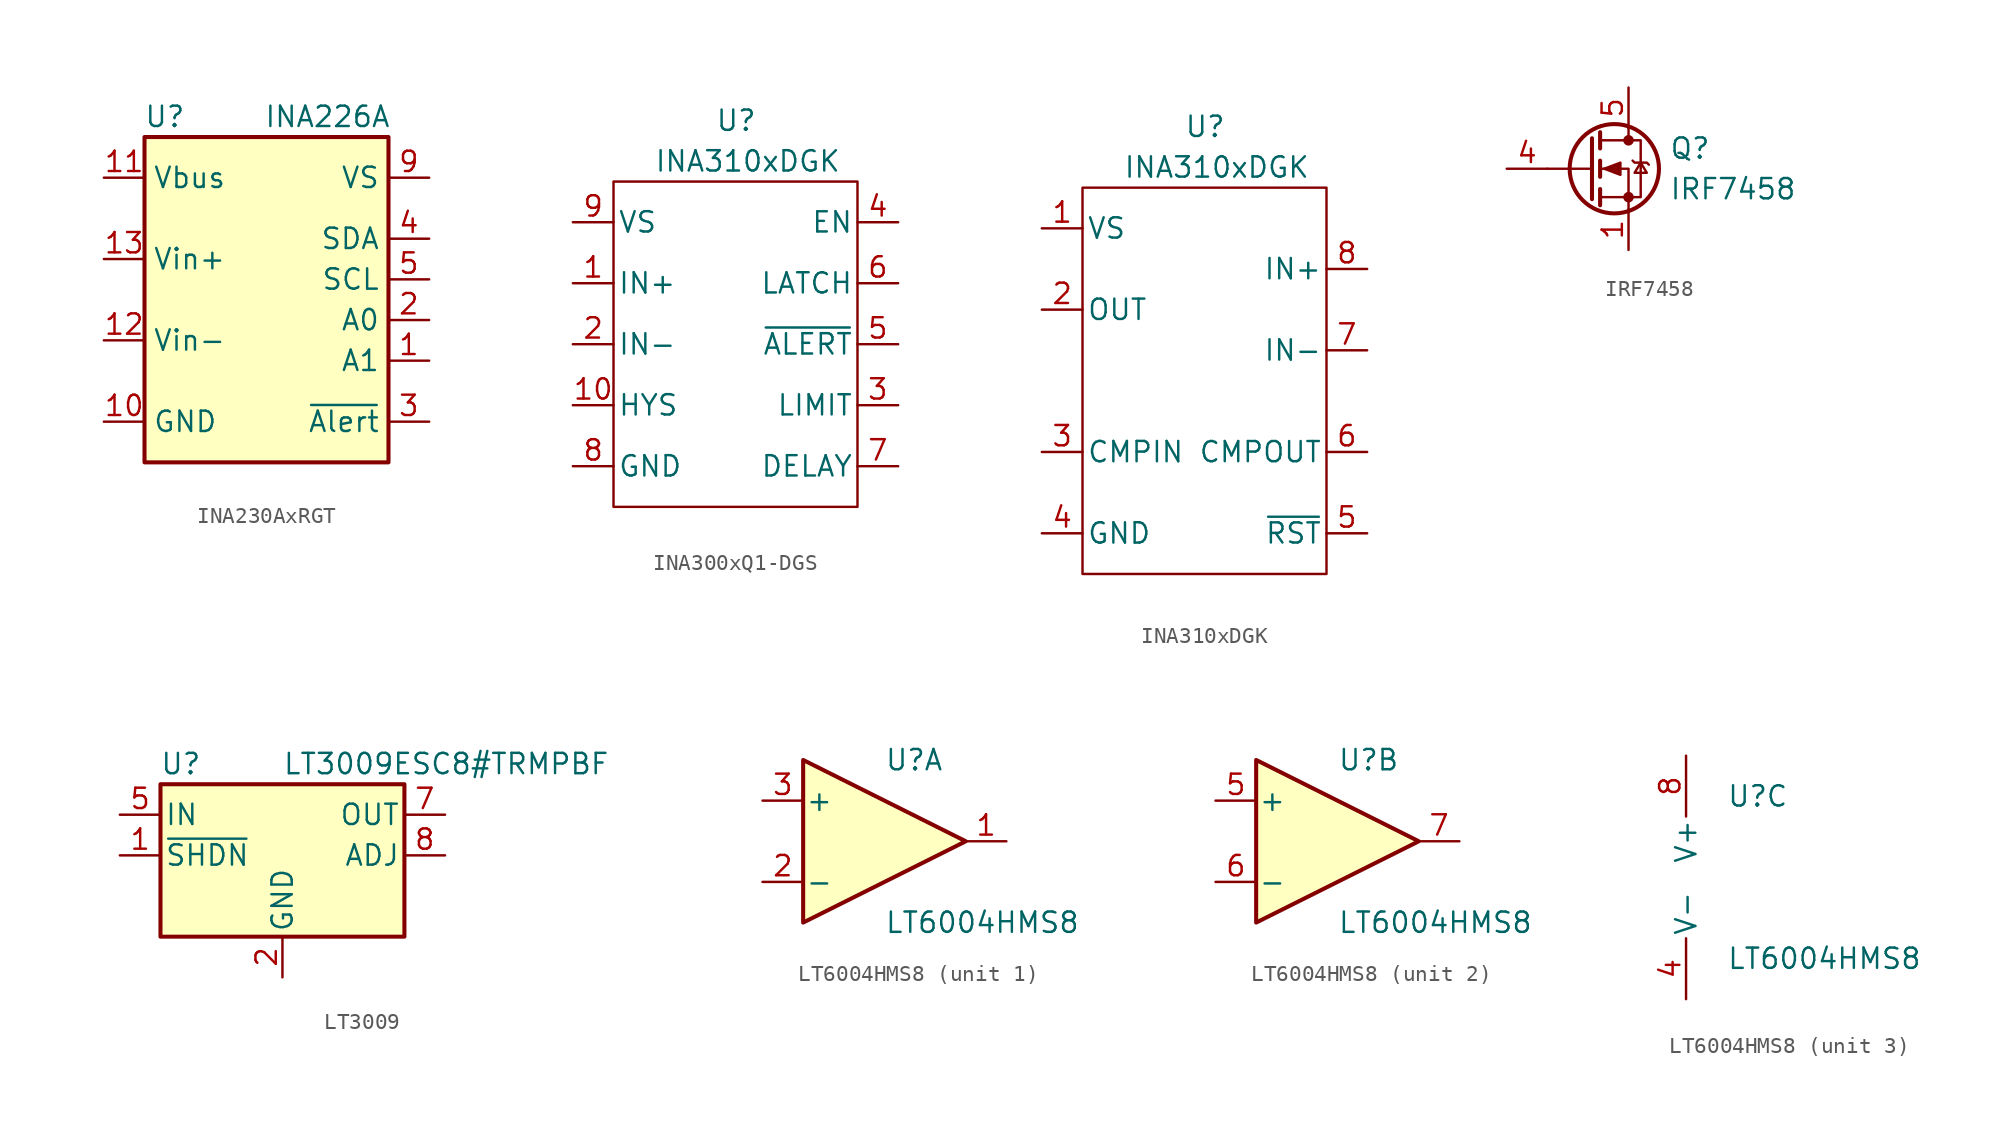
<source format=kicad_sym>
(kicad_symbol_lib
  (version 20220914)
  (generator kicad_symbol_editor)
  (symbol "INA230AxRGT"
    (property "Reference" "U"
      (at 1.27 1.27 0)
      (effects (font (size 1.27 1.27))))
    (property "Value" "INA226A"
      (at 11.43 1.27 0)
      (effects (font (size 1.27 1.27))))
    (symbol "INA230AxRGT_0_1"
      (rectangle (start 0 0) (end 15.24 -20.32) (stroke (width 0.254) (type default)) (fill (type background))))
    (symbol "INA230AxRGT_1_1"
      (pin input line (at 17.78 -13.97 180) (length 2.54) (name "A1" (effects (font (size 1.27 1.27)))) (number "1" (effects (font (size 1.27 1.27)))))
      (pin power_in line (at -2.54 -17.78 0) (length 2.54) (name "GND" (effects (font (size 1.27 1.27)))) (number "10" (effects (font (size 1.27 1.27)))))
      (pin input line (at -2.54 -2.54 0) (length 2.54) (name "Vbus" (effects (font (size 1.27 1.27)))) (number "11" (effects (font (size 1.27 1.27)))))
      (pin input line (at -2.54 -12.7 0) (length 2.54) (name "Vin-" (effects (font (size 1.27 1.27)))) (number "12" (effects (font (size 1.27 1.27)))))
      (pin input line (at -2.54 -7.62 0) (length 2.54) (name "Vin+" (effects (font (size 1.27 1.27)))) (number "13" (effects (font (size 1.27 1.27)))))
      (pin power_in line (at -2.54 -17.78 0) (length 2.54) hide (name "EP" (effects (font (size 1.27 1.27)))) (number "17" (effects (font (size 1.27 1.27)))))
      (pin input line (at 17.78 -11.43 180) (length 2.54) (name "A0" (effects (font (size 1.27 1.27)))) (number "2" (effects (font (size 1.27 1.27)))))
      (pin open_collector line (at 17.78 -17.78 180) (length 2.54) (name "~{Alert}" (effects (font (size 1.27 1.27)))) (number "3" (effects (font (size 1.27 1.27)))))
      (pin bidirectional line (at 17.78 -6.35 180) (length 2.54) (name "SDA" (effects (font (size 1.27 1.27)))) (number "4" (effects (font (size 1.27 1.27)))))
      (pin input line (at 17.78 -8.89 180) (length 2.54) (name "SCL" (effects (font (size 1.27 1.27)))) (number "5" (effects (font (size 1.27 1.27)))))
      (pin power_in line (at 17.78 -2.54 180) (length 2.54) (name "VS" (effects (font (size 1.27 1.27)))) (number "9" (effects (font (size 1.27 1.27)))))))
  (symbol "INA300xQ1-DGS"
    (pin_names
      (offset 0.254))
    (property "Reference" "U"
      (at -1.27 3.81 0)
      (effects (font (size 1.27 1.27)) (justify left)))
    (property "Value" "INA310xDGK"
      (at -5.08 1.27 0)
      (effects (font (size 1.27 1.27)) (justify left)))
    (symbol "INA300xQ1-DGS_0_1"
      (rectangle (start -7.62 0) (end 7.62 -20.32) (stroke (width 0) (type default)) (fill (type none))))
    (symbol "INA300xQ1-DGS_1_1"
      (pin input line (at -10.16 -6.35 0) (length 2.54) (name "IN+" (effects (font (size 1.27 1.27)))) (number "1" (effects (font (size 1.27 1.27)))))
      (pin output line (at -10.16 -13.97 0) (length 2.54) (name "HYS" (effects (font (size 1.27 1.27)))) (number "10" (effects (font (size 1.27 1.27)))))
      (pin input line (at -10.16 -10.16 0) (length 2.54) (name "IN-" (effects (font (size 1.27 1.27)))) (number "2" (effects (font (size 1.27 1.27)))))
      (pin input line (at 10.16 -13.97 180) (length 2.54) (name "LIMIT" (effects (font (size 1.26 1.26)))) (number "3" (effects (font (size 1.27 1.27)))))
      (pin input line (at 10.16 -2.54 180) (length 2.54) (name "EN" (effects (font (size 1.26 1.26)))) (number "4" (effects (font (size 1.27 1.27)))))
      (pin output line (at 10.16 -10.16 180) (length 2.54) (name "~{ALERT}" (effects (font (size 1.27 1.27)))) (number "5" (effects (font (size 1.27 1.27)))))
      (pin input line (at 10.16 -6.35 180) (length 2.54) (name "LATCH" (effects (font (size 1.26 1.26)))) (number "6" (effects (font (size 1.27 1.27)))))
      (pin output line (at 10.16 -17.78 180) (length 2.54) (name "DELAY" (effects (font (size 1.27 1.27)))) (number "7" (effects (font (size 1.27 1.27)))))
      (pin input line (at -10.16 -17.78 0) (length 2.54) (name "GND" (effects (font (size 1.27 1.27)))) (number "8" (effects (font (size 1.27 1.27)))))
      (pin input line (at -10.16 -2.54 0) (length 2.54) (name "VS" (effects (font (size 1.27 1.27)))) (number "9" (effects (font (size 1.27 1.27)))))))
  (symbol "INA310xDGK"
    (pin_names
      (offset 0.254))
    (property "Reference" "U"
      (at -1.27 3.81 0)
      (effects (font (size 1.27 1.27)) (justify left)))
    (property "Value" "INA310xDGK"
      (at -5.08 1.27 0)
      (effects (font (size 1.27 1.27)) (justify left)))
    (symbol "INA310xDGK_0_1"
      (rectangle (start -7.62 0) (end 7.62 -24.13) (stroke (width 0) (type default)) (fill (type none))))
    (symbol "INA310xDGK_1_1"
      (pin input line (at -10.16 -2.54 0) (length 2.54) (name "VS" (effects (font (size 1.27 1.27)))) (number "1" (effects (font (size 1.27 1.27)))))
      (pin output line (at -10.16 -7.62 0) (length 2.54) (name "OUT" (effects (font (size 1.27 1.27)))) (number "2" (effects (font (size 1.27 1.27)))))
      (pin output line (at -10.16 -16.51 0) (length 2.54) (name "CMPIN" (effects (font (size 1.27 1.27)))) (number "3" (effects (font (size 1.27 1.27)))))
      (pin input line (at -10.16 -21.59 0) (length 2.54) (name "GND" (effects (font (size 1.27 1.27)))) (number "4" (effects (font (size 1.27 1.27)))))
      (pin input line (at 10.16 -21.59 180) (length 2.54) (name "~{RST}" (effects (font (size 1.26 1.26)))) (number "5" (effects (font (size 1.27 1.27)))))
      (pin input line (at 10.16 -16.51 180) (length 2.54) (name "CMPOUT" (effects (font (size 1.26 1.26)))) (number "6" (effects (font (size 1.27 1.27)))))
      (pin input line (at 10.16 -10.16 180) (length 2.54) (name "IN-" (effects (font (size 1.27 1.27)))) (number "7" (effects (font (size 1.27 1.27)))))
      (pin input line (at 10.16 -5.08 180) (length 2.54) (name "IN+" (effects (font (size 1.27 1.27)))) (number "8" (effects (font (size 1.27 1.27)))))))
  (symbol "IRF7458"
    (pin_names
      (offset 0) hide)
    (property "Reference" "Q"
      (at 5.08 1.27 0)
      (effects (font (size 1.27 1.27)) (justify left)))
    (property "Value" "IRF7458"
      (at 5.08 -1.27 0)
      (effects (font (size 1.27 1.27)) (justify left)))
    (symbol "IRF7458_0_1"
      (polyline (pts (xy 0.254 0) (xy -2.54 0)) (stroke (width 0) (type default)) (fill (type none)))
      (polyline (pts (xy 0.254 1.905) (xy 0.254 -1.905)) (stroke (width 0.254) (type default)) (fill (type none)))
      (polyline (pts (xy 0.762 -1.27) (xy 0.762 -2.286)) (stroke (width 0.254) (type default)) (fill (type none)))
      (polyline (pts (xy 0.762 0.508) (xy 0.762 -0.508)) (stroke (width 0.254) (type default)) (fill (type none)))
      (polyline (pts (xy 0.762 2.286) (xy 0.762 1.27)) (stroke (width 0.254) (type default)) (fill (type none)))
      (polyline (pts (xy 2.54 2.54) (xy 2.54 1.778)) (stroke (width 0) (type default)) (fill (type none)))
      (polyline (pts (xy 2.54 -2.54) (xy 2.54 0) (xy 0.762 0)) (stroke (width 0) (type default)) (fill (type none)))
      (polyline (pts (xy 0.762 -1.778) (xy 3.302 -1.778) (xy 3.302 1.778) (xy 0.762 1.778)) (stroke (width 0) (type default)) (fill (type none)))
      (polyline (pts (xy 1.016 0) (xy 2.032 0.381) (xy 2.032 -0.381) (xy 1.016 0)) (stroke (width 0) (type default)) (fill (type outline)))
      (polyline (pts (xy 2.794 0.508) (xy 2.921 0.381) (xy 3.683 0.381) (xy 3.81 0.254)) (stroke (width 0) (type default)) (fill (type none)))
      (polyline (pts (xy 3.302 0.381) (xy 2.921 -0.254) (xy 3.683 -0.254) (xy 3.302 0.381)) (stroke (width 0) (type default)) (fill (type none)))
      (circle (center 1.651 0) (radius 2.794) (stroke (width 0.254) (type default)) (fill (type none)))
      (circle (center 2.54 -1.778) (radius 0.254) (stroke (width 0) (type default)) (fill (type outline)))
      (circle (center 2.54 1.778) (radius 0.254) (stroke (width 0) (type default)) (fill (type outline))))
    (symbol "IRF7458_1_1"
      (pin passive line (at 2.54 -5.08 90) (length 2.54) (name "S" (effects (font (size 1.27 1.27)))) (number "1" (effects (font (size 1.27 1.27)))))
      (pin passive line (at 2.54 -5.08 90) (length 2.54) hide (name "S" (effects (font (size 1.27 1.27)))) (number "2" (effects (font (size 1.27 1.27)))))
      (pin passive line (at 2.54 -5.08 90) (length 2.54) hide (name "S" (effects (font (size 1.27 1.27)))) (number "3" (effects (font (size 1.27 1.27)))))
      (pin input line (at -5.08 0 0) (length 2.54) (name "G" (effects (font (size 1.27 1.27)))) (number "4" (effects (font (size 1.27 1.27)))))
      (pin passive line (at 2.54 5.08 270) (length 2.54) (name "D" (effects (font (size 1.27 1.27)))) (number "5" (effects (font (size 1.27 1.27)))))
      (pin passive line (at 2.54 5.08 270) (length 2.54) hide (name "D" (effects (font (size 1.27 1.27)))) (number "6" (effects (font (size 1.27 1.27)))))
      (pin passive line (at 2.54 5.08 270) (length 2.54) hide (name "D" (effects (font (size 1.27 1.27)))) (number "7" (effects (font (size 1.27 1.27)))))
      (pin passive line (at 2.54 5.08 270) (length 2.54) hide (name "D" (effects (font (size 1.27 1.27)))) (number "8" (effects (font (size 1.27 1.27)))))))
  (symbol "LT3009"
    (pin_names
      (offset 0.254))
    (property "Reference" "U"
      (at -6.35 5.715 0)
      (effects (font (size 1.27 1.27))))
    (property "Value" "LT3009ESC8#TRMPBF"
      (at 0 5.715 0)
      (effects (font (size 1.27 1.27)) (justify left)))
    (symbol "LT3009_0_1"
      (rectangle (start -7.62 -5.08) (end 7.62 4.445) (stroke (width 0.254) (type default)) (fill (type background))))
    (symbol "LT3009_1_0"
      (pin power_in line (at 0 -7.62 90) (length 2.54) hide (name "GND" (effects (font (size 1.27 1.27)))) (number "3" (effects (font (size 1.27 1.27)))))
      (pin power_in line (at 0 -7.62 90) (length 2.54) hide (name "GND" (effects (font (size 1.27 1.27)))) (number "4" (effects (font (size 1.27 1.27))))))
    (symbol "LT3009_1_1"
      (pin input line (at -10.16 0 0) (length 2.54) (name "~{SHDN}" (effects (font (size 1.27 1.27)))) (number "1" (effects (font (size 1.27 1.27)))))
      (pin power_in line (at 0 -7.62 90) (length 2.54) (name "GND" (effects (font (size 1.27 1.27)))) (number "2" (effects (font (size 1.27 1.27)))))
      (pin power_in line (at -10.16 2.54 0) (length 2.54) (name "IN" (effects (font (size 1.27 1.27)))) (number "5" (effects (font (size 1.27 1.27)))))
      (pin power_in line (at -7.62 -2.54 0) (length 2.54) hide (name "NC" (effects (font (size 1.27 1.27)))) (number "6" (effects (font (size 1.27 1.27)))))
      (pin power_out line (at 10.16 2.54 180) (length 2.54) (name "OUT" (effects (font (size 1.27 1.27)))) (number "7" (effects (font (size 1.27 1.27)))))
      (pin input line (at 10.16 0 180) (length 2.54) (name "ADJ" (effects (font (size 1.27 1.27)))) (number "8" (effects (font (size 1.27 1.27)))))))
  (symbol "LT6004HMS8"
    (pin_names
      (offset 0.127))
    (property "Reference" "U"
      (at 0 5.08 0)
      (effects (font (size 1.27 1.27)) (justify left)))
    (property "Value" "LT6004HMS8"
      (at 0 -5.08 0)
      (effects (font (size 1.27 1.27)) (justify left)))
    (property "ki_locked" ""
      (at 0 0 0)
      (effects (font (size 1.27 1.27))))
    (symbol "LT6004HMS8_1_1"
      (polyline (pts (xy -5.08 5.08) (xy 5.08 0) (xy -5.08 -5.08) (xy -5.08 5.08)) (stroke (width 0.254) (type default)) (fill (type background)))
      (pin output line (at 7.62 0 180) (length 2.54) (name "~" (effects (font (size 1.27 1.27)))) (number "1" (effects (font (size 1.27 1.27)))))
      (pin input line (at -7.62 -2.54 0) (length 2.54) (name "-" (effects (font (size 1.27 1.27)))) (number "2" (effects (font (size 1.27 1.27)))))
      (pin input line (at -7.62 2.54 0) (length 2.54) (name "+" (effects (font (size 1.27 1.27)))) (number "3" (effects (font (size 1.27 1.27))))))
    (symbol "LT6004HMS8_2_1"
      (polyline (pts (xy -5.08 5.08) (xy 5.08 0) (xy -5.08 -5.08) (xy -5.08 5.08)) (stroke (width 0.254) (type default)) (fill (type background)))
      (pin input line (at -7.62 2.54 0) (length 2.54) (name "+" (effects (font (size 1.27 1.27)))) (number "5" (effects (font (size 1.27 1.27)))))
      (pin input line (at -7.62 -2.54 0) (length 2.54) (name "-" (effects (font (size 1.27 1.27)))) (number "6" (effects (font (size 1.27 1.27)))))
      (pin output line (at 7.62 0 180) (length 2.54) (name "~" (effects (font (size 1.27 1.27)))) (number "7" (effects (font (size 1.27 1.27))))))
    (symbol "LT6004HMS8_3_1"
      (pin power_in line (at -2.54 -7.62 90) (length 3.81) (name "V-" (effects (font (size 1.27 1.27)))) (number "4" (effects (font (size 1.27 1.27)))))
      (pin power_in line (at -2.54 7.62 270) (length 3.81) (name "V+" (effects (font (size 1.27 1.27)))) (number "8" (effects (font (size 1.27 1.27))))))))
</source>
